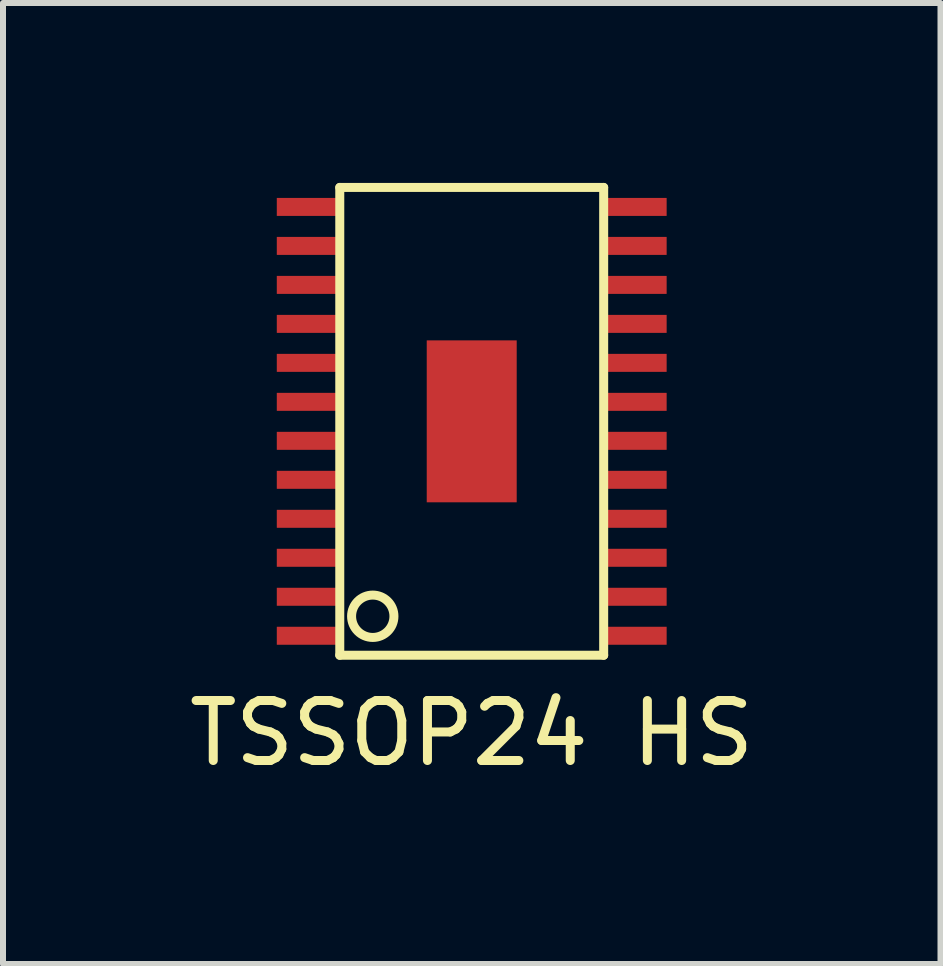
<source format=kicad_pcb>
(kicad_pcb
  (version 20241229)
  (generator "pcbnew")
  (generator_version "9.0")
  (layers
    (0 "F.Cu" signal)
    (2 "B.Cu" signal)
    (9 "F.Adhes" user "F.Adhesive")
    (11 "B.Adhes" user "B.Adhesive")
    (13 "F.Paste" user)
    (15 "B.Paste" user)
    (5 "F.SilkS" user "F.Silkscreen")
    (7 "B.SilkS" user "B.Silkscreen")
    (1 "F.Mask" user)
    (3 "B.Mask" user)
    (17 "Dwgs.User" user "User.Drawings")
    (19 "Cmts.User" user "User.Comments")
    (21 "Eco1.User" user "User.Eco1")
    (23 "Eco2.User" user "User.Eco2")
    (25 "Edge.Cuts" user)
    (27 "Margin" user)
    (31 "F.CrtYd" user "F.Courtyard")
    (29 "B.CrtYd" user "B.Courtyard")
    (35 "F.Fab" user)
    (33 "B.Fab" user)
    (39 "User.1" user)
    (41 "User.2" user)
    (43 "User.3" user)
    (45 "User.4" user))
  (footprint "TSSOP24 HS"
    (layer "F.Cu")
    (at 4.815 3.975)
    (property "Reference" "TSSOP24 HS" (at 0 5.2 0) (layer "F.SilkS") (effects (font (size 1 1) (thickness 0.15))))
    (attr through_hole)
    (fp_line (start -2.2 -3.9) (end 2.2 -3.9) (stroke (width 0.15) (type solid)) (layer "F.SilkS"))
    (fp_line (start -2.2 3.9) (end -2.2 -3.9) (stroke (width 0.15) (type solid)) (layer "F.SilkS"))
    (fp_line (start 2.2 -3.9) (end 2.2 3.9) (stroke (width 0.15) (type solid)) (layer "F.SilkS"))
    (fp_line (start 2.2 3.9) (end -2.2 3.9) (stroke (width 0.15) (type solid)) (layer "F.SilkS"))
    (fp_circle (center -1.65 3.25) (end -1.512 3.575) (stroke (width 0.15) (type solid)) (fill no) (layer "F.SilkS"))
    (pad "1" smd rect (at -2.75 3.575) (size 1 0.3) (layers "F.Cu" "F.Mask" "F.Paste"))
    (pad "2" smd rect (at -2.75 2.925) (size 1 0.3) (layers "F.Cu" "F.Mask" "F.Paste"))
    (pad "3" smd rect (at -2.75 2.275) (size 1 0.3) (layers "F.Cu" "F.Mask" "F.Paste"))
    (pad "4" smd rect (at -2.75 1.625) (size 1 0.3) (layers "F.Cu" "F.Mask" "F.Paste"))
    (pad "5" smd rect (at -2.75 0.975) (size 1 0.3) (layers "F.Cu" "F.Mask" "F.Paste"))
    (pad "6" smd rect (at -2.75 0.325) (size 1 0.3) (layers "F.Cu" "F.Mask" "F.Paste"))
    (pad "7" smd rect (at -2.75 -0.325) (size 1 0.3) (layers "F.Cu" "F.Mask" "F.Paste"))
    (pad "8" smd rect (at -2.75 -0.975) (size 1 0.3) (layers "F.Cu" "F.Mask" "F.Paste"))
    (pad "9" smd rect (at -2.75 -1.625) (size 1 0.3) (layers "F.Cu" "F.Mask" "F.Paste"))
    (pad "10" smd rect (at -2.75 -2.275) (size 1 0.3) (layers "F.Cu" "F.Mask" "F.Paste"))
    (pad "11" smd rect (at -2.75 -2.925) (size 1 0.3) (layers "F.Cu" "F.Mask" "F.Paste"))
    (pad "12" smd rect (at -2.75 -3.575) (size 1 0.3) (layers "F.Cu" "F.Mask" "F.Paste"))
    (pad "13" smd rect (at 2.75 -3.575) (size 1 0.3) (layers "F.Cu" "F.Mask" "F.Paste"))
    (pad "14" smd rect (at 2.75 -2.925) (size 1 0.3) (layers "F.Cu" "F.Mask" "F.Paste"))
    (pad "15" smd rect (at 2.75 -2.275) (size 1 0.3) (layers "F.Cu" "F.Mask" "F.Paste"))
    (pad "16" smd rect (at 2.75 -1.625) (size 1 0.3) (layers "F.Cu" "F.Mask" "F.Paste"))
    (pad "17" smd rect (at 2.75 -0.975) (size 1 0.3) (layers "F.Cu" "F.Mask" "F.Paste"))
    (pad "18" smd rect (at 2.75 -0.325) (size 1 0.3) (layers "F.Cu" "F.Mask" "F.Paste"))
    (pad "19" smd rect (at 2.75 0.325) (size 1 0.3) (layers "F.Cu" "F.Mask" "F.Paste"))
    (pad "20" smd rect (at 2.75 0.975) (size 1 0.3) (layers "F.Cu" "F.Mask" "F.Paste"))
    (pad "21" smd rect (at 2.75 1.625) (size 1 0.3) (layers "F.Cu" "F.Mask" "F.Paste"))
    (pad "22" smd rect (at 2.75 2.275) (size 1 0.3) (layers "F.Cu" "F.Mask" "F.Paste"))
    (pad "23" smd rect (at 2.75 2.925) (size 1 0.3) (layers "F.Cu" "F.Mask" "F.Paste"))
    (pad "24" smd rect (at 2.75 3.575) (size 1 0.3) (layers "F.Cu" "F.Mask" "F.Paste"))
    (pad "25" smd rect (at 0 0) (size 1.5 2.7) (layers "F.Cu" "F.Mask" "F.Paste")))
  (gr_rect
    (start -3 -3)
    (end 12.631 13.023)
    (stroke (width 0.1) (type default))
    (fill no)
    (layer "Edge.Cuts")))
</source>
